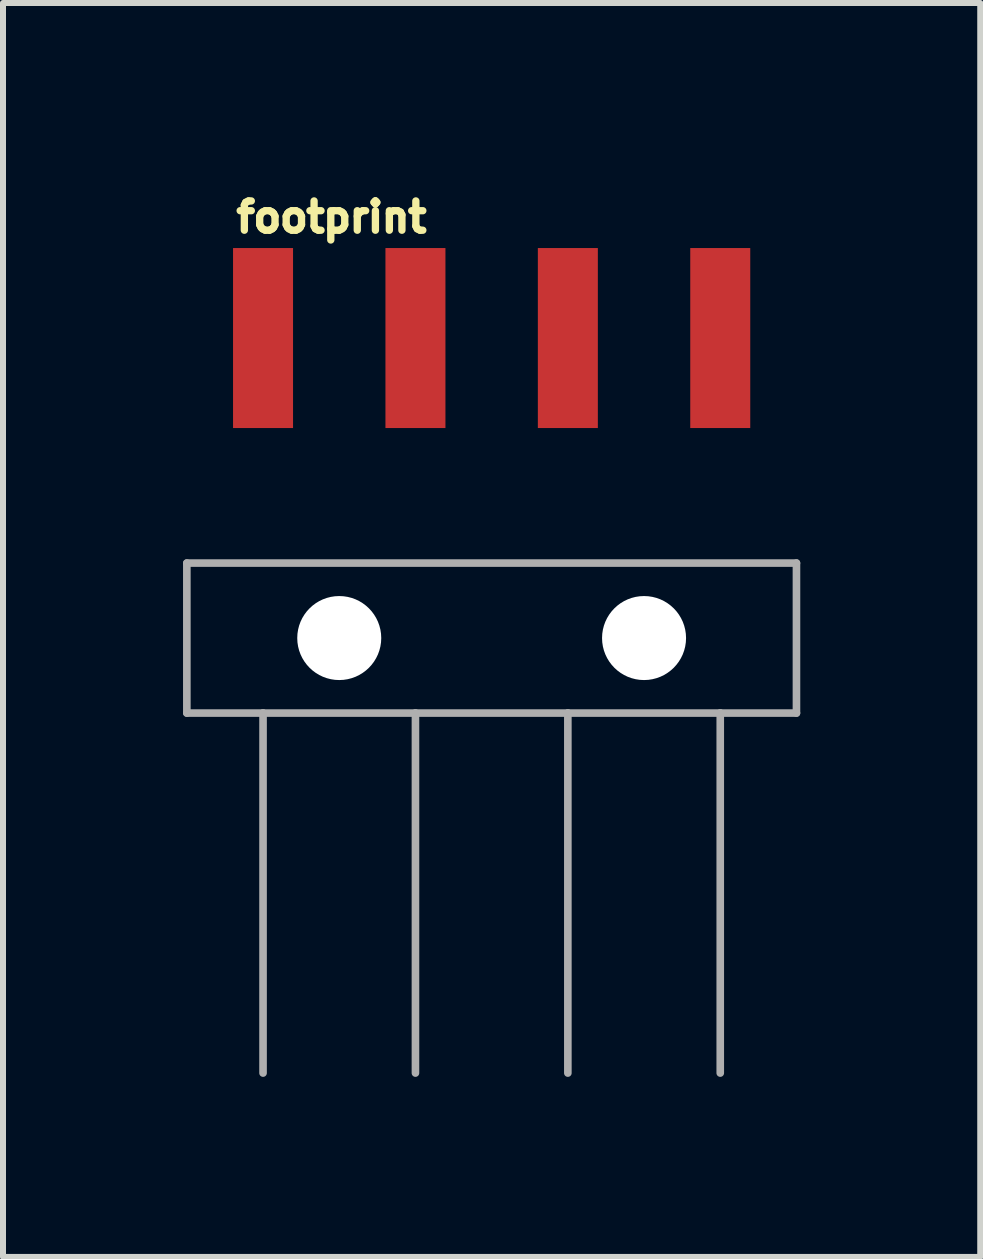
<source format=kicad_pcb>
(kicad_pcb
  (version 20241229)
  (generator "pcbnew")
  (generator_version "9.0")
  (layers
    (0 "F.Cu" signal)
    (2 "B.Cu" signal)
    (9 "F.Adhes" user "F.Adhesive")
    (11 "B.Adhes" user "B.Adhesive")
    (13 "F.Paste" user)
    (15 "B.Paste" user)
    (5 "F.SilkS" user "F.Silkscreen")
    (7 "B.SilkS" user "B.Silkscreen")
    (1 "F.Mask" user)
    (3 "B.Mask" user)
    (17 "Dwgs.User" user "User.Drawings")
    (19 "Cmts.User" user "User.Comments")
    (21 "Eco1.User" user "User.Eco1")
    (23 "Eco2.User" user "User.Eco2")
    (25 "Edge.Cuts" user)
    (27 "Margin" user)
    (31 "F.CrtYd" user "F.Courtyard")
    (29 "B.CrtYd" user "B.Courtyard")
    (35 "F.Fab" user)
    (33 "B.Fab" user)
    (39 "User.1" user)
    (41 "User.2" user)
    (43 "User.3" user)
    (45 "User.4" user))
  (footprint "footprint"
    (layer "F.Cu")
    (at 5.144 7.584)
    (property "Reference" "footprint" (at -4.318 -6.731 0) (layer "F.SilkS") (effects (font (size 0.488 0.488) (thickness 0.122)) (justify left bottom)))
    (fp_line (start -5.08 -1.25) (end -5.08 1.25) (stroke (width 0.127) (type solid)) (layer "F.Fab"))
    (fp_line (start -5.08 1.25) (end -3.81 1.25) (stroke (width 0.127) (type solid)) (layer "F.Fab"))
    (fp_line (start -3.81 1.25) (end -3.81 7.25) (stroke (width 0.127) (type solid)) (layer "F.Fab"))
    (fp_line (start -3.81 1.25) (end -1.27 1.25) (stroke (width 0.127) (type solid)) (layer "F.Fab"))
    (fp_line (start -1.27 1.25) (end -1.27 7.25) (stroke (width 0.127) (type solid)) (layer "F.Fab"))
    (fp_line (start -1.27 1.25) (end 1.27 1.25) (stroke (width 0.127) (type solid)) (layer "F.Fab"))
    (fp_line (start 1.27 1.25) (end 1.27 7.25) (stroke (width 0.127) (type solid)) (layer "F.Fab"))
    (fp_line (start 1.27 1.25) (end 3.81 1.25) (stroke (width 0.127) (type solid)) (layer "F.Fab"))
    (fp_line (start 3.81 1.25) (end 3.81 7.25) (stroke (width 0.127) (type solid)) (layer "F.Fab"))
    (fp_line (start 3.81 1.25) (end 5.08 1.25) (stroke (width 0.127) (type solid)) (layer "F.Fab"))
    (fp_line (start 5.08 -1.25) (end -5.08 -1.25) (stroke (width 0.127) (type solid)) (layer "F.Fab"))
    (fp_line (start 5.08 1.25) (end 5.08 -1.25) (stroke (width 0.127) (type solid)) (layer "F.Fab"))
    (pad "" np_thru_hole circle (at -2.54 0) (size 1.4 1.4) (drill 1.4) (layers "*.Cu" "*.Mask"))
    (pad "" np_thru_hole circle (at 2.54 0) (size 1.4 1.4) (drill 1.4) (layers "*.Cu" "*.Mask"))
    (pad "1" smd rect (at -3.81 -5 90) (size 3 1) (layers "F.Cu" "F.Mask" "F.Paste"))
    (pad "2" smd rect (at -1.27 -5 90) (size 3 1) (layers "F.Cu" "F.Mask" "F.Paste"))
    (pad "3" smd rect (at 1.27 -5 90) (size 3 1) (layers "F.Cu" "F.Mask" "F.Paste"))
    (pad "4" smd rect (at 3.81 -5 90) (size 3 1) (layers "F.Cu" "F.Mask" "F.Paste")))
  (gr_rect
    (start -3 -3)
    (end 13.287 17.898)
    (stroke (width 0.1) (type default))
    (fill no)
    (layer "Edge.Cuts")))
</source>
